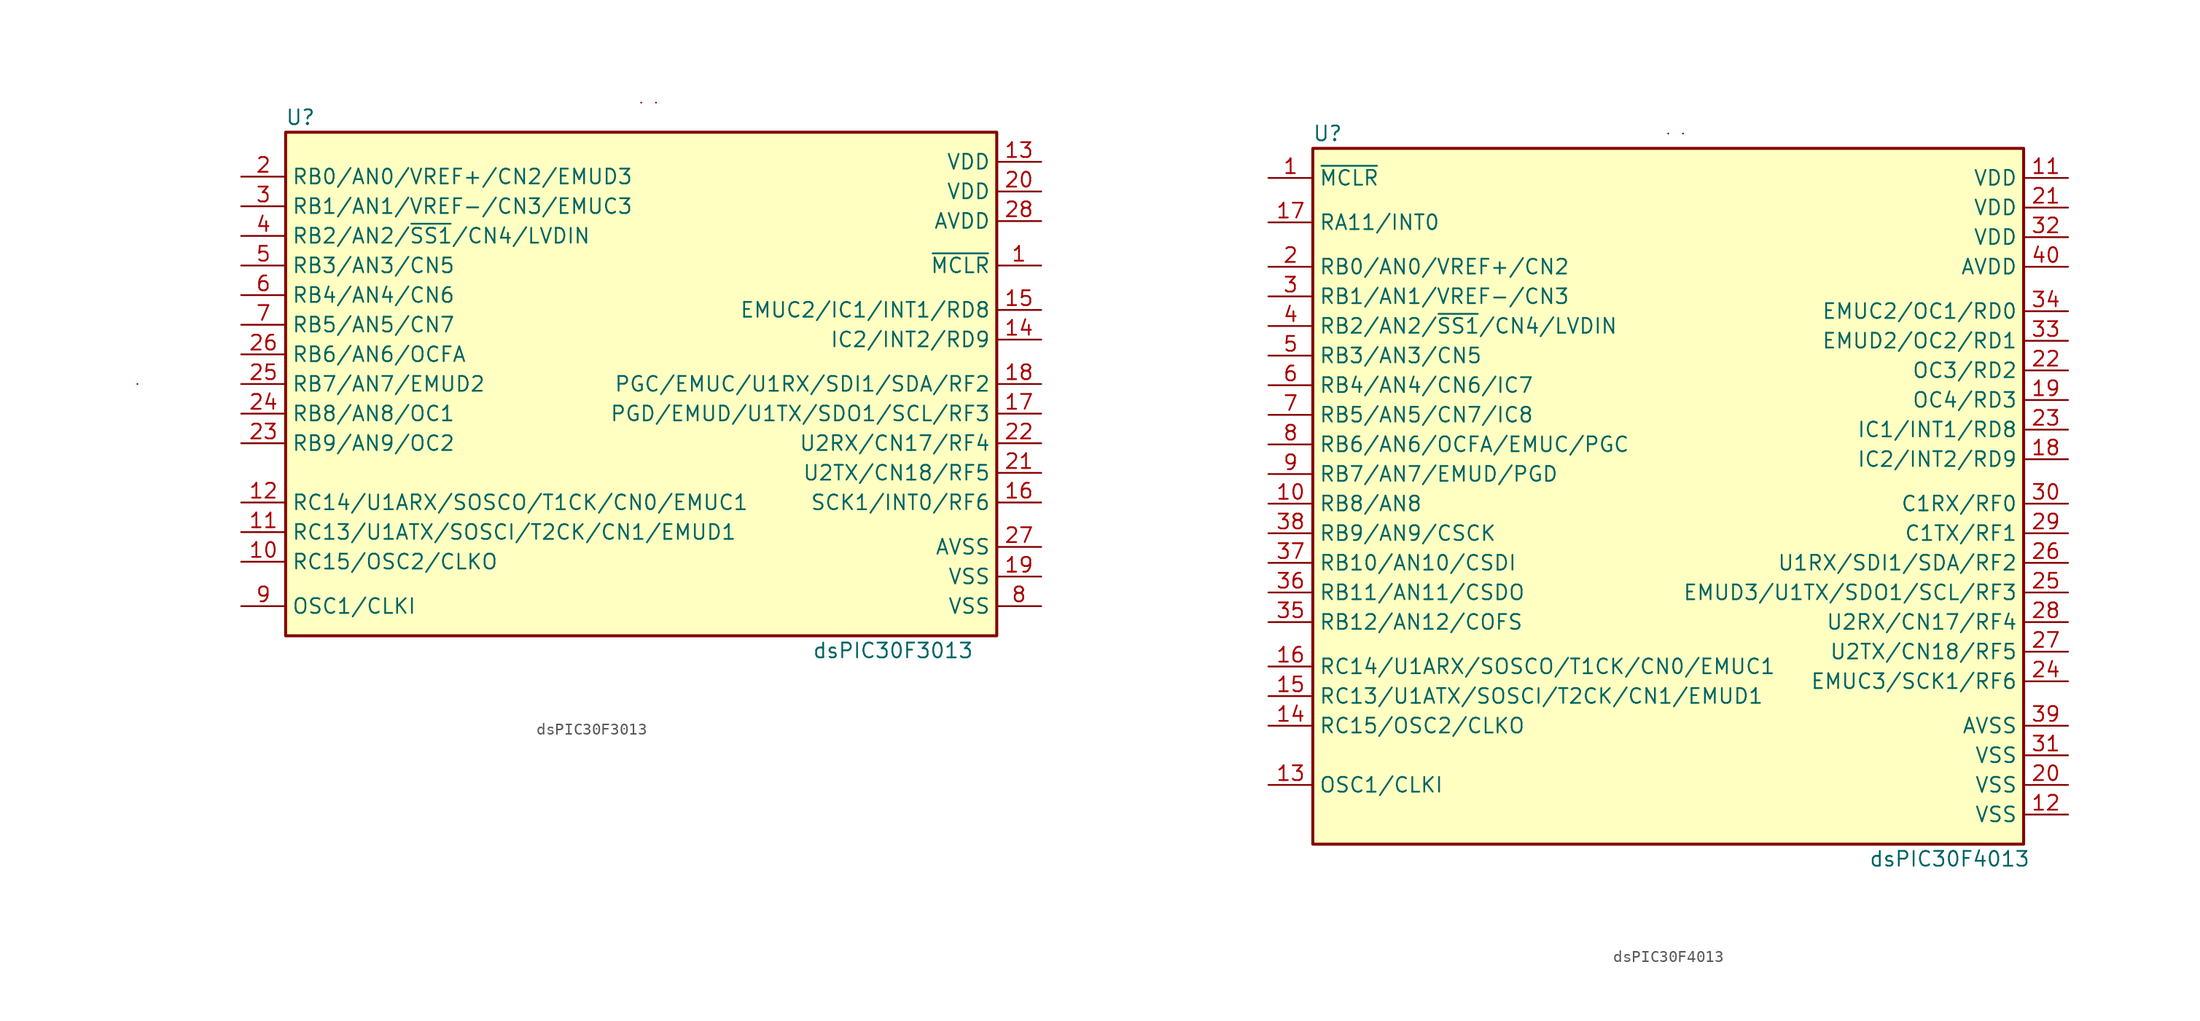
<source format=kicad_sym>
(kicad_symbol_lib
  (version 20220914)
  (generator kicad_symbol_editor)
  (symbol "dsPIC30F3013"
    (property "Reference" "U"
      (at -29.21 22.86 0)
      (effects (font (size 1.27 1.27))))
    (property "Value" "dsPIC30F3013"
      (at 21.59 -22.86 0)
      (effects (font (size 1.27 1.27))))
    (symbol "dsPIC30F3013_0_1"
      (rectangle (start -43.18 0) (end -43.18 0) (stroke (width 0) (type default)) (fill (type none)))
      (rectangle (start 0 24.13) (end 0 24.13) (stroke (width 0) (type default)) (fill (type none)))
      (rectangle (start 1.27 24.13) (end 1.27 24.13) (stroke (width 0) (type default)) (fill (type none))))
    (symbol "dsPIC30F3013_1_1"
      (rectangle (start -30.48 21.59) (end 30.48 -21.59) (stroke (width 0.254) (type default)) (fill (type background)))
      (pin input line (at 34.29 10.16 180) (length 3.81) (name "~{MCLR}" (effects (font (size 1.27 1.27)))) (number "1" (effects (font (size 1.27 1.27)))))
      (pin bidirectional line (at -34.29 -15.24 0) (length 3.81) (name "RC15/OSC2/CLKO" (effects (font (size 1.27 1.27)))) (number "10" (effects (font (size 1.27 1.27)))))
      (pin bidirectional line (at -34.29 -12.7 0) (length 3.81) (name "RC13/U1ATX/SOSCI/T2CK/CN1/EMUD1" (effects (font (size 1.27 1.27)))) (number "11" (effects (font (size 1.27 1.27)))))
      (pin bidirectional line (at -34.29 -10.16 0) (length 3.81) (name "RC14/U1ARX/SOSCO/T1CK/CN0/EMUC1" (effects (font (size 1.27 1.27)))) (number "12" (effects (font (size 1.27 1.27)))))
      (pin power_in line (at 34.29 19.05 180) (length 3.81) (name "VDD" (effects (font (size 1.27 1.27)))) (number "13" (effects (font (size 1.27 1.27)))))
      (pin bidirectional line (at 34.29 3.81 180) (length 3.81) (name "IC2/INT2/RD9" (effects (font (size 1.27 1.27)))) (number "14" (effects (font (size 1.27 1.27)))))
      (pin bidirectional line (at 34.29 6.35 180) (length 3.81) (name "EMUC2/IC1/INT1/RD8" (effects (font (size 1.27 1.27)))) (number "15" (effects (font (size 1.27 1.27)))))
      (pin bidirectional line (at 34.29 -10.16 180) (length 3.81) (name "SCK1/INT0/RF6" (effects (font (size 1.27 1.27)))) (number "16" (effects (font (size 1.27 1.27)))))
      (pin bidirectional line (at 34.29 -2.54 180) (length 3.81) (name "PGD/EMUD/U1TX/SDO1/SCL/RF3" (effects (font (size 1.27 1.27)))) (number "17" (effects (font (size 1.27 1.27)))))
      (pin bidirectional line (at 34.29 0 180) (length 3.81) (name "PGC/EMUC/U1RX/SDI1/SDA/RF2" (effects (font (size 1.27 1.27)))) (number "18" (effects (font (size 1.27 1.27)))))
      (pin power_in line (at 34.29 -16.51 180) (length 3.81) (name "VSS" (effects (font (size 1.27 1.27)))) (number "19" (effects (font (size 1.27 1.27)))))
      (pin bidirectional line (at -34.29 17.78 0) (length 3.81) (name "RB0/AN0/VREF+/CN2/EMUD3" (effects (font (size 1.27 1.27)))) (number "2" (effects (font (size 1.27 1.27)))))
      (pin power_in line (at 34.29 16.51 180) (length 3.81) (name "VDD" (effects (font (size 1.27 1.27)))) (number "20" (effects (font (size 1.27 1.27)))))
      (pin bidirectional line (at 34.29 -7.62 180) (length 3.81) (name "U2TX/CN18/RF5" (effects (font (size 1.27 1.27)))) (number "21" (effects (font (size 1.27 1.27)))))
      (pin bidirectional line (at 34.29 -5.08 180) (length 3.81) (name "U2RX/CN17/RF4" (effects (font (size 1.27 1.27)))) (number "22" (effects (font (size 1.27 1.27)))))
      (pin bidirectional line (at -34.29 -5.08 0) (length 3.81) (name "RB9/AN9/OC2" (effects (font (size 1.27 1.27)))) (number "23" (effects (font (size 1.27 1.27)))))
      (pin bidirectional line (at -34.29 -2.54 0) (length 3.81) (name "RB8/AN8/OC1" (effects (font (size 1.27 1.27)))) (number "24" (effects (font (size 1.27 1.27)))))
      (pin bidirectional line (at -34.29 0 0) (length 3.81) (name "RB7/AN7/EMUD2" (effects (font (size 1.27 1.27)))) (number "25" (effects (font (size 1.27 1.27)))))
      (pin bidirectional line (at -34.29 2.54 0) (length 3.81) (name "RB6/AN6/OCFA" (effects (font (size 1.27 1.27)))) (number "26" (effects (font (size 1.27 1.27)))))
      (pin power_in line (at 34.29 -13.97 180) (length 3.81) (name "AVSS" (effects (font (size 1.27 1.27)))) (number "27" (effects (font (size 1.27 1.27)))))
      (pin power_in line (at 34.29 13.97 180) (length 3.81) (name "AVDD" (effects (font (size 1.27 1.27)))) (number "28" (effects (font (size 1.27 1.27)))))
      (pin bidirectional line (at -34.29 15.24 0) (length 3.81) (name "RB1/AN1/VREF-/CN3/EMUC3" (effects (font (size 1.27 1.27)))) (number "3" (effects (font (size 1.27 1.27)))))
      (pin bidirectional line (at -34.29 12.7 0) (length 3.81) (name "RB2/AN2/~{SS1}/CN4/LVDIN" (effects (font (size 1.27 1.27)))) (number "4" (effects (font (size 1.27 1.27)))))
      (pin bidirectional line (at -34.29 10.16 0) (length 3.81) (name "RB3/AN3/CN5" (effects (font (size 1.27 1.27)))) (number "5" (effects (font (size 1.27 1.27)))))
      (pin bidirectional line (at -34.29 7.62 0) (length 3.81) (name "RB4/AN4/CN6" (effects (font (size 1.27 1.27)))) (number "6" (effects (font (size 1.27 1.27)))))
      (pin bidirectional line (at -34.29 5.08 0) (length 3.81) (name "RB5/AN5/CN7" (effects (font (size 1.27 1.27)))) (number "7" (effects (font (size 1.27 1.27)))))
      (pin power_in line (at 34.29 -19.05 180) (length 3.81) (name "VSS" (effects (font (size 1.27 1.27)))) (number "8" (effects (font (size 1.27 1.27)))))
      (pin input line (at -34.29 -19.05 0) (length 3.81) (name "OSC1/CLKI" (effects (font (size 1.27 1.27)))) (number "9" (effects (font (size 1.27 1.27)))))))
  (symbol "dsPIC30F4013"
    (property "Reference" "U"
      (at -29.21 31.75 0)
      (effects (font (size 1.27 1.27))))
    (property "Value" "dsPIC30F4013"
      (at 24.13 -30.48 0)
      (effects (font (size 1.27 1.27))))
    (symbol "dsPIC30F4013_0_1"
      (rectangle (start 0 31.75) (end 0 31.75) (stroke (width 0) (type default)) (fill (type none)))
      (rectangle (start 1.27 31.75) (end 1.27 31.75) (stroke (width 0) (type default)) (fill (type none))))
    (symbol "dsPIC30F4013_1_1"
      (rectangle (start -30.48 30.48) (end 30.48 -29.21) (stroke (width 0.254) (type default)) (fill (type background)))
      (pin input line (at -34.29 27.94 0) (length 3.81) (name "~{MCLR}" (effects (font (size 1.27 1.27)))) (number "1" (effects (font (size 1.27 1.27)))))
      (pin bidirectional line (at -34.29 0 0) (length 3.81) (name "RB8/AN8" (effects (font (size 1.27 1.27)))) (number "10" (effects (font (size 1.27 1.27)))))
      (pin power_in line (at 34.29 27.94 180) (length 3.81) (name "VDD" (effects (font (size 1.27 1.27)))) (number "11" (effects (font (size 1.27 1.27)))))
      (pin power_in line (at 34.29 -26.67 180) (length 3.81) (name "VSS" (effects (font (size 1.27 1.27)))) (number "12" (effects (font (size 1.27 1.27)))))
      (pin input line (at -34.29 -24.13 0) (length 3.81) (name "OSC1/CLKI" (effects (font (size 1.27 1.27)))) (number "13" (effects (font (size 1.27 1.27)))))
      (pin bidirectional line (at -34.29 -19.05 0) (length 3.81) (name "RC15/OSC2/CLKO" (effects (font (size 1.27 1.27)))) (number "14" (effects (font (size 1.27 1.27)))))
      (pin bidirectional line (at -34.29 -16.51 0) (length 3.81) (name "RC13/U1ATX/SOSCI/T2CK/CN1/EMUD1" (effects (font (size 1.27 1.27)))) (number "15" (effects (font (size 1.27 1.27)))))
      (pin bidirectional line (at -34.29 -13.97 0) (length 3.81) (name "RC14/U1ARX/SOSCO/T1CK/CN0/EMUC1" (effects (font (size 1.27 1.27)))) (number "16" (effects (font (size 1.27 1.27)))))
      (pin bidirectional line (at -34.29 24.13 0) (length 3.81) (name "RA11/INT0" (effects (font (size 1.27 1.27)))) (number "17" (effects (font (size 1.27 1.27)))))
      (pin bidirectional line (at 34.29 3.81 180) (length 3.81) (name "IC2/INT2/RD9" (effects (font (size 1.27 1.27)))) (number "18" (effects (font (size 1.27 1.27)))))
      (pin bidirectional line (at 34.29 8.89 180) (length 3.81) (name "OC4/RD3" (effects (font (size 1.27 1.27)))) (number "19" (effects (font (size 1.27 1.27)))))
      (pin bidirectional line (at -34.29 20.32 0) (length 3.81) (name "RB0/AN0/VREF+/CN2" (effects (font (size 1.27 1.27)))) (number "2" (effects (font (size 1.27 1.27)))))
      (pin power_in line (at 34.29 -24.13 180) (length 3.81) (name "VSS" (effects (font (size 1.27 1.27)))) (number "20" (effects (font (size 1.27 1.27)))))
      (pin power_in line (at 34.29 25.4 180) (length 3.81) (name "VDD" (effects (font (size 1.27 1.27)))) (number "21" (effects (font (size 1.27 1.27)))))
      (pin bidirectional line (at 34.29 11.43 180) (length 3.81) (name "OC3/RD2" (effects (font (size 1.27 1.27)))) (number "22" (effects (font (size 1.27 1.27)))))
      (pin bidirectional line (at 34.29 6.35 180) (length 3.81) (name "IC1/INT1/RD8" (effects (font (size 1.27 1.27)))) (number "23" (effects (font (size 1.27 1.27)))))
      (pin bidirectional line (at 34.29 -15.24 180) (length 3.81) (name "EMUC3/SCK1/RF6" (effects (font (size 1.27 1.27)))) (number "24" (effects (font (size 1.27 1.27)))))
      (pin bidirectional line (at 34.29 -7.62 180) (length 3.81) (name "EMUD3/U1TX/SDO1/SCL/RF3" (effects (font (size 1.27 1.27)))) (number "25" (effects (font (size 1.27 1.27)))))
      (pin bidirectional line (at 34.29 -5.08 180) (length 3.81) (name "U1RX/SDI1/SDA/RF2" (effects (font (size 1.27 1.27)))) (number "26" (effects (font (size 1.27 1.27)))))
      (pin bidirectional line (at 34.29 -12.7 180) (length 3.81) (name "U2TX/CN18/RF5" (effects (font (size 1.27 1.27)))) (number "27" (effects (font (size 1.27 1.27)))))
      (pin bidirectional line (at 34.29 -10.16 180) (length 3.81) (name "U2RX/CN17/RF4" (effects (font (size 1.27 1.27)))) (number "28" (effects (font (size 1.27 1.27)))))
      (pin bidirectional line (at 34.29 -2.54 180) (length 3.81) (name "C1TX/RF1" (effects (font (size 1.27 1.27)))) (number "29" (effects (font (size 1.27 1.27)))))
      (pin bidirectional line (at -34.29 17.78 0) (length 3.81) (name "RB1/AN1/VREF-/CN3" (effects (font (size 1.27 1.27)))) (number "3" (effects (font (size 1.27 1.27)))))
      (pin bidirectional line (at 34.29 0 180) (length 3.81) (name "C1RX/RF0" (effects (font (size 1.27 1.27)))) (number "30" (effects (font (size 1.27 1.27)))))
      (pin power_in line (at 34.29 -21.59 180) (length 3.81) (name "VSS" (effects (font (size 1.27 1.27)))) (number "31" (effects (font (size 1.27 1.27)))))
      (pin power_in line (at 34.29 22.86 180) (length 3.81) (name "VDD" (effects (font (size 1.27 1.27)))) (number "32" (effects (font (size 1.27 1.27)))))
      (pin bidirectional line (at 34.29 13.97 180) (length 3.81) (name "EMUD2/OC2/RD1" (effects (font (size 1.27 1.27)))) (number "33" (effects (font (size 1.27 1.27)))))
      (pin bidirectional line (at 34.29 16.51 180) (length 3.81) (name "EMUC2/OC1/RD0" (effects (font (size 1.27 1.27)))) (number "34" (effects (font (size 1.27 1.27)))))
      (pin bidirectional line (at -34.29 -10.16 0) (length 3.81) (name "RB12/AN12/COFS" (effects (font (size 1.27 1.27)))) (number "35" (effects (font (size 1.27 1.27)))))
      (pin bidirectional line (at -34.29 -7.62 0) (length 3.81) (name "RB11/AN11/CSDO" (effects (font (size 1.27 1.27)))) (number "36" (effects (font (size 1.27 1.27)))))
      (pin bidirectional line (at -34.29 -5.08 0) (length 3.81) (name "RB10/AN10/CSDI" (effects (font (size 1.27 1.27)))) (number "37" (effects (font (size 1.27 1.27)))))
      (pin bidirectional line (at -34.29 -2.54 0) (length 3.81) (name "RB9/AN9/CSCK" (effects (font (size 1.27 1.27)))) (number "38" (effects (font (size 1.27 1.27)))))
      (pin power_in line (at 34.29 -19.05 180) (length 3.81) (name "AVSS" (effects (font (size 1.27 1.27)))) (number "39" (effects (font (size 1.27 1.27)))))
      (pin bidirectional line (at -34.29 15.24 0) (length 3.81) (name "RB2/AN2/~{SS1}/CN4/LVDIN" (effects (font (size 1.27 1.27)))) (number "4" (effects (font (size 1.27 1.27)))))
      (pin power_in line (at 34.29 20.32 180) (length 3.81) (name "AVDD" (effects (font (size 1.27 1.27)))) (number "40" (effects (font (size 1.27 1.27)))))
      (pin bidirectional line (at -34.29 12.7 0) (length 3.81) (name "RB3/AN3/CN5" (effects (font (size 1.27 1.27)))) (number "5" (effects (font (size 1.27 1.27)))))
      (pin bidirectional line (at -34.29 10.16 0) (length 3.81) (name "RB4/AN4/CN6/IC7" (effects (font (size 1.27 1.27)))) (number "6" (effects (font (size 1.27 1.27)))))
      (pin bidirectional line (at -34.29 7.62 0) (length 3.81) (name "RB5/AN5/CN7/IC8" (effects (font (size 1.27 1.27)))) (number "7" (effects (font (size 1.27 1.27)))))
      (pin bidirectional line (at -34.29 5.08 0) (length 3.81) (name "RB6/AN6/OCFA/EMUC/PGC" (effects (font (size 1.27 1.27)))) (number "8" (effects (font (size 1.27 1.27)))))
      (pin bidirectional line (at -34.29 2.54 0) (length 3.81) (name "RB7/AN7/EMUD/PGD" (effects (font (size 1.27 1.27)))) (number "9" (effects (font (size 1.27 1.27))))))))
</source>
